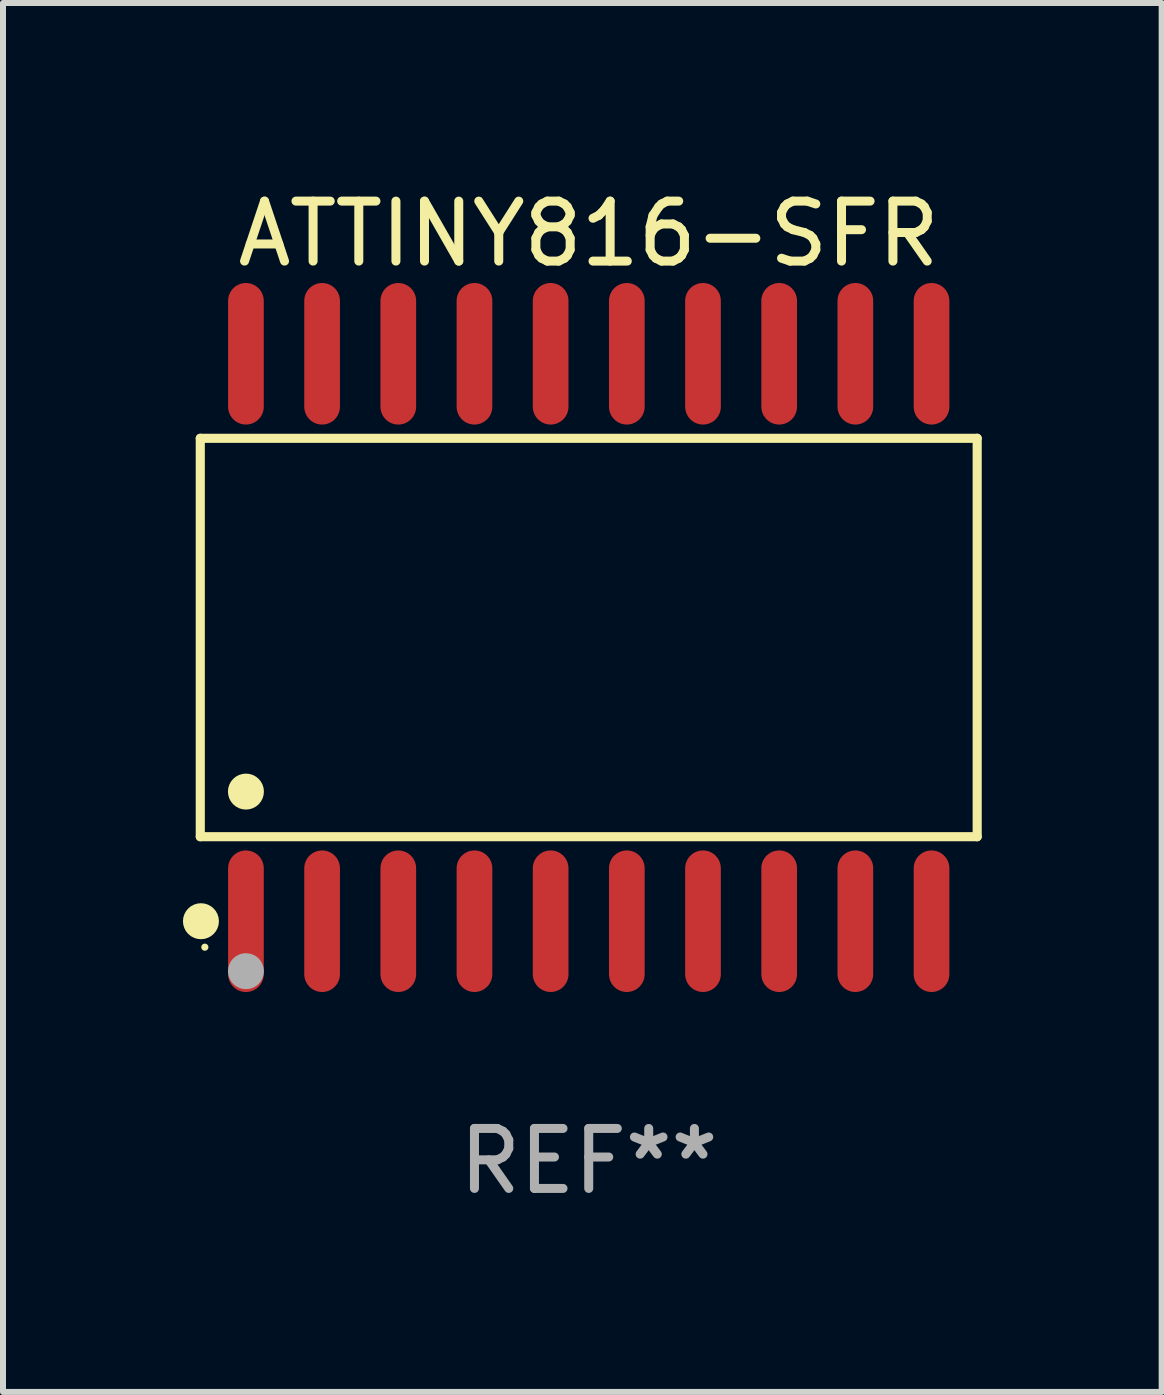
<source format=kicad_pcb>
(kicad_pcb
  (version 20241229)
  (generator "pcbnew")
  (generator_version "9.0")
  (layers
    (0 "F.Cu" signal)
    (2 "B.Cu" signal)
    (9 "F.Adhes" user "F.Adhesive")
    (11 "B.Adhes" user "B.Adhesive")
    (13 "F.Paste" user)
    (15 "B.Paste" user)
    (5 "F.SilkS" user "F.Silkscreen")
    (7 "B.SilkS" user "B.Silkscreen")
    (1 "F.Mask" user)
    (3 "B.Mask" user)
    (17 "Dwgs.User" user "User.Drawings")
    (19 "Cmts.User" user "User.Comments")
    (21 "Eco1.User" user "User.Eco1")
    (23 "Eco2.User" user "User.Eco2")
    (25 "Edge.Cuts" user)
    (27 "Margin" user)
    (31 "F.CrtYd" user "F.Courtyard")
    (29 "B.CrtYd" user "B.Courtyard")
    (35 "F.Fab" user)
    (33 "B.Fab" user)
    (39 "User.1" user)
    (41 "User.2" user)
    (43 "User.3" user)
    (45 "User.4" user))
  (footprint "ATTINY816-SFR"
    (layer "F.Cu")
    (at 6.765 7.578)
    (property "Reference" "ATTINY816-SFR" (at 0 -6.73 0) (layer "F.SilkS") (effects (font (size 1 1) (thickness 0.15))))
    (attr through_hole)
    (fp_line (start -6.476 -3.321) (end 6.476 -3.321) (stroke (width 0.152) (type solid)) (layer "F.SilkS"))
    (fp_line (start -6.476 3.321) (end -6.476 -3.321) (stroke (width 0.152) (type solid)) (layer "F.SilkS"))
    (fp_line (start 6.476 -3.321) (end 6.476 3.321) (stroke (width 0.152) (type solid)) (layer "F.SilkS"))
    (fp_line (start 6.476 3.321) (end -6.476 3.321) (stroke (width 0.152) (type solid)) (layer "F.SilkS"))
    (fp_circle (center -6.465 4.73) (end -6.315 4.73) (stroke (width 0.3) (type solid)) (fill no) (layer "F.SilkS"))
    (fp_circle (center -6.4 5.163) (end -6.37 5.163) (stroke (width 0.06) (type solid)) (fill no) (layer "F.SilkS"))
    (fp_circle (center -5.715 2.569) (end -5.565 2.569) (stroke (width 0.3) (type solid)) (fill no) (layer "F.SilkS"))
    (fp_circle (center -5.715 5.563) (end -5.565 5.563) (stroke (width 0.3) (type solid)) (fill no) (layer "F.Fab"))
    (fp_text user "REF**" (at 0 8.73 0) (layer "F.Fab") (effects (font (size 1 1) (thickness 0.15))))
    (pad "1" smd oval (at -5.715 4.73) (size 0.595 2.36) (layers "F.Cu" "F.Mask" "F.Paste"))
    (pad "2" smd oval (at -4.445 4.73) (size 0.595 2.36) (layers "F.Cu" "F.Mask" "F.Paste"))
    (pad "3" smd oval (at -3.175 4.73) (size 0.595 2.36) (layers "F.Cu" "F.Mask" "F.Paste"))
    (pad "4" smd oval (at -1.905 4.73) (size 0.595 2.36) (layers "F.Cu" "F.Mask" "F.Paste"))
    (pad "5" smd oval (at -0.635 4.73) (size 0.595 2.36) (layers "F.Cu" "F.Mask" "F.Paste"))
    (pad "6" smd oval (at 0.635 4.73) (size 0.595 2.36) (layers "F.Cu" "F.Mask" "F.Paste"))
    (pad "7" smd oval (at 1.905 4.73) (size 0.595 2.36) (layers "F.Cu" "F.Mask" "F.Paste"))
    (pad "8" smd oval (at 3.175 4.73) (size 0.595 2.36) (layers "F.Cu" "F.Mask" "F.Paste"))
    (pad "9" smd oval (at 4.445 4.73) (size 0.595 2.36) (layers "F.Cu" "F.Mask" "F.Paste"))
    (pad "10" smd oval (at 5.715 4.73) (size 0.595 2.36) (layers "F.Cu" "F.Mask" "F.Paste"))
    (pad "11" smd oval (at 5.715 -4.73) (size 0.595 2.36) (layers "F.Cu" "F.Mask" "F.Paste"))
    (pad "12" smd oval (at 4.445 -4.73) (size 0.595 2.36) (layers "F.Cu" "F.Mask" "F.Paste"))
    (pad "13" smd oval (at 3.175 -4.73) (size 0.595 2.36) (layers "F.Cu" "F.Mask" "F.Paste"))
    (pad "14" smd oval (at 1.905 -4.73) (size 0.595 2.36) (layers "F.Cu" "F.Mask" "F.Paste"))
    (pad "15" smd oval (at 0.635 -4.73) (size 0.595 2.36) (layers "F.Cu" "F.Mask" "F.Paste"))
    (pad "16" smd oval (at -0.635 -4.73) (size 0.595 2.36) (layers "F.Cu" "F.Mask" "F.Paste"))
    (pad "17" smd oval (at -1.905 -4.73) (size 0.595 2.36) (layers "F.Cu" "F.Mask" "F.Paste"))
    (pad "18" smd oval (at -3.175 -4.73) (size 0.595 2.36) (layers "F.Cu" "F.Mask" "F.Paste"))
    (pad "19" smd oval (at -4.445 -4.73) (size 0.595 2.36) (layers "F.Cu" "F.Mask" "F.Paste"))
    (pad "20" smd oval (at -5.715 -4.73) (size 0.595 2.36) (layers "F.Cu" "F.Mask" "F.Paste")))
  (gr_rect
    (start -3 -3)
    (end 16.317 20.156)
    (stroke (width 0.1) (type default))
    (fill no)
    (layer "Edge.Cuts")))
</source>
